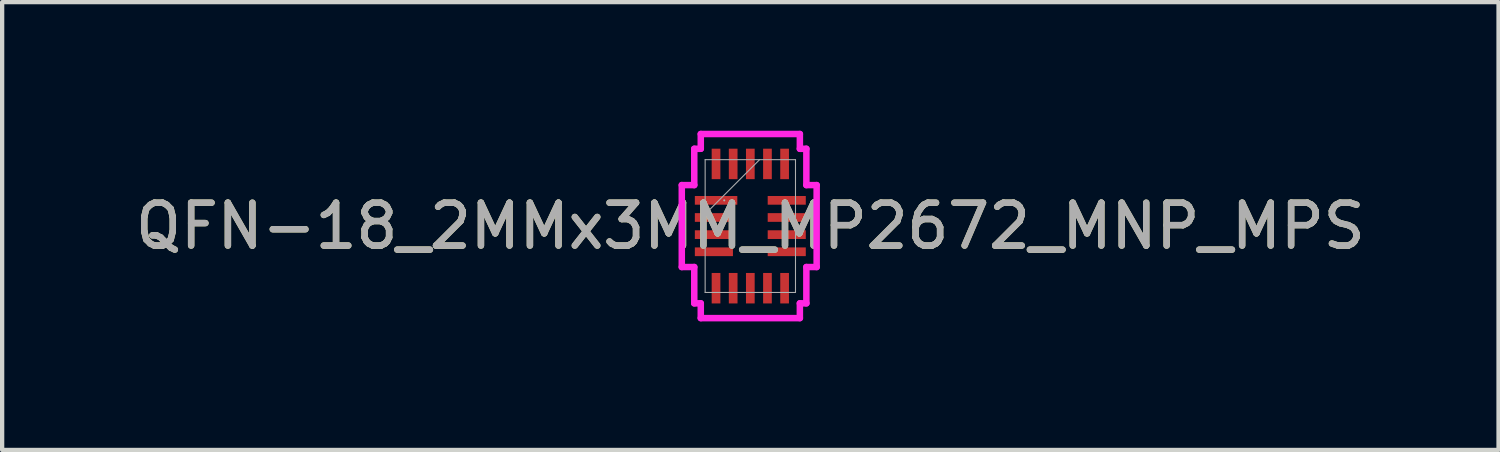
<source format=kicad_pcb>
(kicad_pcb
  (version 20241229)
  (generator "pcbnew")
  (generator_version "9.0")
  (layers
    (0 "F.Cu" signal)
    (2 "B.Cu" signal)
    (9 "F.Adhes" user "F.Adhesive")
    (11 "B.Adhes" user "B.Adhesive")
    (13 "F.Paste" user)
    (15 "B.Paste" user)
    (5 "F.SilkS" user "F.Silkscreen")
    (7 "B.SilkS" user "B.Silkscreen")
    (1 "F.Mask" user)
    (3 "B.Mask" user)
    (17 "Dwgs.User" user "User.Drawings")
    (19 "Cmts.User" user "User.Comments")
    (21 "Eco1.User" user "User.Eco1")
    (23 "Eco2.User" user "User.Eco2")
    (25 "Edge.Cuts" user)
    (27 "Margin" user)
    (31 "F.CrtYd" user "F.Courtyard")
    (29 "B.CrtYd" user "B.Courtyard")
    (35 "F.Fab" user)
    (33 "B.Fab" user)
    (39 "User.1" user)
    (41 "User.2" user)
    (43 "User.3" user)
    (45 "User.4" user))
  (footprint "QFN-18_2MMx3MM_MP2672_MNP_MPS"
    (layer "F.Cu")
    (at 14.458 2.225)
    (property "Reference" "QFN-18_2MMx3MM_MP2672_MNP_MPS" (at 0 0 0) (unlocked yes) (layer "F.SilkS") (effects (font (size 1 1) (thickness 0.15))))
    (attr smd)
    (fp_line (start -1.599 -0.956) (end -1.308 -0.956) (stroke (width 0.152) (type solid)) (layer "F.CrtYd"))
    (fp_line (start -1.599 0.956) (end -1.599 -0.956) (stroke (width 0.152) (type solid)) (layer "F.CrtYd"))
    (fp_line (start -1.308 -1.803) (end -1.156 -1.803) (stroke (width 0.152) (type solid)) (layer "F.CrtYd"))
    (fp_line (start -1.308 -0.956) (end -1.308 -1.803) (stroke (width 0.152) (type solid)) (layer "F.CrtYd"))
    (fp_line (start -1.308 0.956) (end -1.599 0.956) (stroke (width 0.152) (type solid)) (layer "F.CrtYd"))
    (fp_line (start -1.308 1.803) (end -1.308 0.956) (stroke (width 0.152) (type solid)) (layer "F.CrtYd"))
    (fp_line (start -1.156 -2.148) (end 1.156 -2.148) (stroke (width 0.152) (type solid)) (layer "F.CrtYd"))
    (fp_line (start -1.156 -1.803) (end -1.156 -2.148) (stroke (width 0.152) (type solid)) (layer "F.CrtYd"))
    (fp_line (start -1.156 1.803) (end -1.308 1.803) (stroke (width 0.152) (type solid)) (layer "F.CrtYd"))
    (fp_line (start -1.156 2.148) (end -1.156 1.803) (stroke (width 0.152) (type solid)) (layer "F.CrtYd"))
    (fp_line (start 1.156 -2.148) (end 1.156 -1.803) (stroke (width 0.152) (type solid)) (layer "F.CrtYd"))
    (fp_line (start 1.156 -1.803) (end 1.308 -1.803) (stroke (width 0.152) (type solid)) (layer "F.CrtYd"))
    (fp_line (start 1.156 1.803) (end 1.156 2.148) (stroke (width 0.152) (type solid)) (layer "F.CrtYd"))
    (fp_line (start 1.156 2.148) (end -1.156 2.148) (stroke (width 0.152) (type solid)) (layer "F.CrtYd"))
    (fp_line (start 1.308 -1.803) (end 1.308 -0.956) (stroke (width 0.152) (type solid)) (layer "F.CrtYd"))
    (fp_line (start 1.308 -0.956) (end 1.548 -0.956) (stroke (width 0.152) (type solid)) (layer "F.CrtYd"))
    (fp_line (start 1.308 0.956) (end 1.308 1.803) (stroke (width 0.152) (type solid)) (layer "F.CrtYd"))
    (fp_line (start 1.308 1.803) (end 1.156 1.803) (stroke (width 0.152) (type solid)) (layer "F.CrtYd"))
    (fp_line (start 1.548 -0.956) (end 1.548 0.956) (stroke (width 0.152) (type solid)) (layer "F.CrtYd"))
    (fp_line (start 1.548 0.956) (end 1.308 0.956) (stroke (width 0.152) (type solid)) (layer "F.CrtYd"))
    (fp_line (start -1.054 -1.549) (end -1.054 1.549) (stroke (width 0.025) (type solid)) (layer "F.Fab"))
    (fp_line (start -1.054 -0.279) (end 0.216 -1.549) (stroke (width 0.025) (type solid)) (layer "F.Fab"))
    (fp_line (start -1.054 1.549) (end 1.054 1.549) (stroke (width 0.025) (type solid)) (layer "F.Fab"))
    (fp_line (start 1.054 -1.549) (end -1.054 -1.549) (stroke (width 0.025) (type solid)) (layer "F.Fab"))
    (fp_line (start 1.054 1.549) (end 1.054 -1.549) (stroke (width 0.025) (type solid)) (layer "F.Fab"))
    (fp_circle (center -0.609 -0.6) (end -0.609 -0.6) (stroke (width 0.025) (type solid)) (fill no) (layer "F.Fab"))
    (fp_text user "${REFERENCE}" (at 0 0 0) (unlocked yes) (layer "F.Fab") (effects (font (size 1 1) (thickness 0.15))))
    (pad "1" smd rect (at -0.799 -0.6) (size 0.991 0.203) (layers "F.Cu" "F.Mask" "F.Paste"))
    (pad "2" smd rect (at -0.85 -0.2) (size 0.889 0.203) (layers "F.Cu" "F.Mask" "F.Paste"))
    (pad "3" smd rect (at -0.85 0.2) (size 0.889 0.203) (layers "F.Cu" "F.Mask" "F.Paste"))
    (pad "4" smd rect (at -0.85 0.6) (size 0.889 0.203) (layers "F.Cu" "F.Mask" "F.Paste"))
    (pad "5" smd rect (at -0.8 1.45 90) (size 0.711 0.203) (layers "F.Cu" "F.Mask" "F.Paste"))
    (pad "6" smd rect (at -0.4 1.45 90) (size 0.711 0.203) (layers "F.Cu" "F.Mask" "F.Paste"))
    (pad "7" smd rect (at 0 1.45 90) (size 0.711 0.203) (layers "F.Cu" "F.Mask" "F.Paste"))
    (pad "8" smd rect (at 0.4 1.45 90) (size 0.711 0.203) (layers "F.Cu" "F.Mask" "F.Paste"))
    (pad "9" smd rect (at 0.8 1.45 90) (size 0.711 0.203) (layers "F.Cu" "F.Mask" "F.Paste"))
    (pad "10" smd rect (at 0.85 0.6) (size 0.889 0.203) (layers "F.Cu" "F.Mask" "F.Paste"))
    (pad "11" smd rect (at 0.85 0.2) (size 0.889 0.203) (layers "F.Cu" "F.Mask" "F.Paste"))
    (pad "12" smd rect (at 0.85 -0.2) (size 0.889 0.203) (layers "F.Cu" "F.Mask" "F.Paste"))
    (pad "13" smd rect (at 0.85 -0.6) (size 0.889 0.203) (layers "F.Cu" "F.Mask" "F.Paste"))
    (pad "14" smd rect (at 0.8 -1.45 90) (size 0.711 0.203) (layers "F.Cu" "F.Mask" "F.Paste"))
    (pad "15" smd rect (at 0.4 -1.45 90) (size 0.711 0.203) (layers "F.Cu" "F.Mask" "F.Paste"))
    (pad "16" smd rect (at 0 -1.45 90) (size 0.711 0.203) (layers "F.Cu" "F.Mask" "F.Paste"))
    (pad "17" smd rect (at -0.4 -1.45 90) (size 0.711 0.203) (layers "F.Cu" "F.Mask" "F.Paste"))
    (pad "18" smd rect (at -0.8 -1.45 90) (size 0.711 0.203) (layers "F.Cu" "F.Mask" "F.Paste")))
  (gr_rect
    (start -3 -3)
    (end 31.917 7.449)
    (stroke (width 0.1) (type default))
    (fill no)
    (layer "Edge.Cuts")))
</source>
